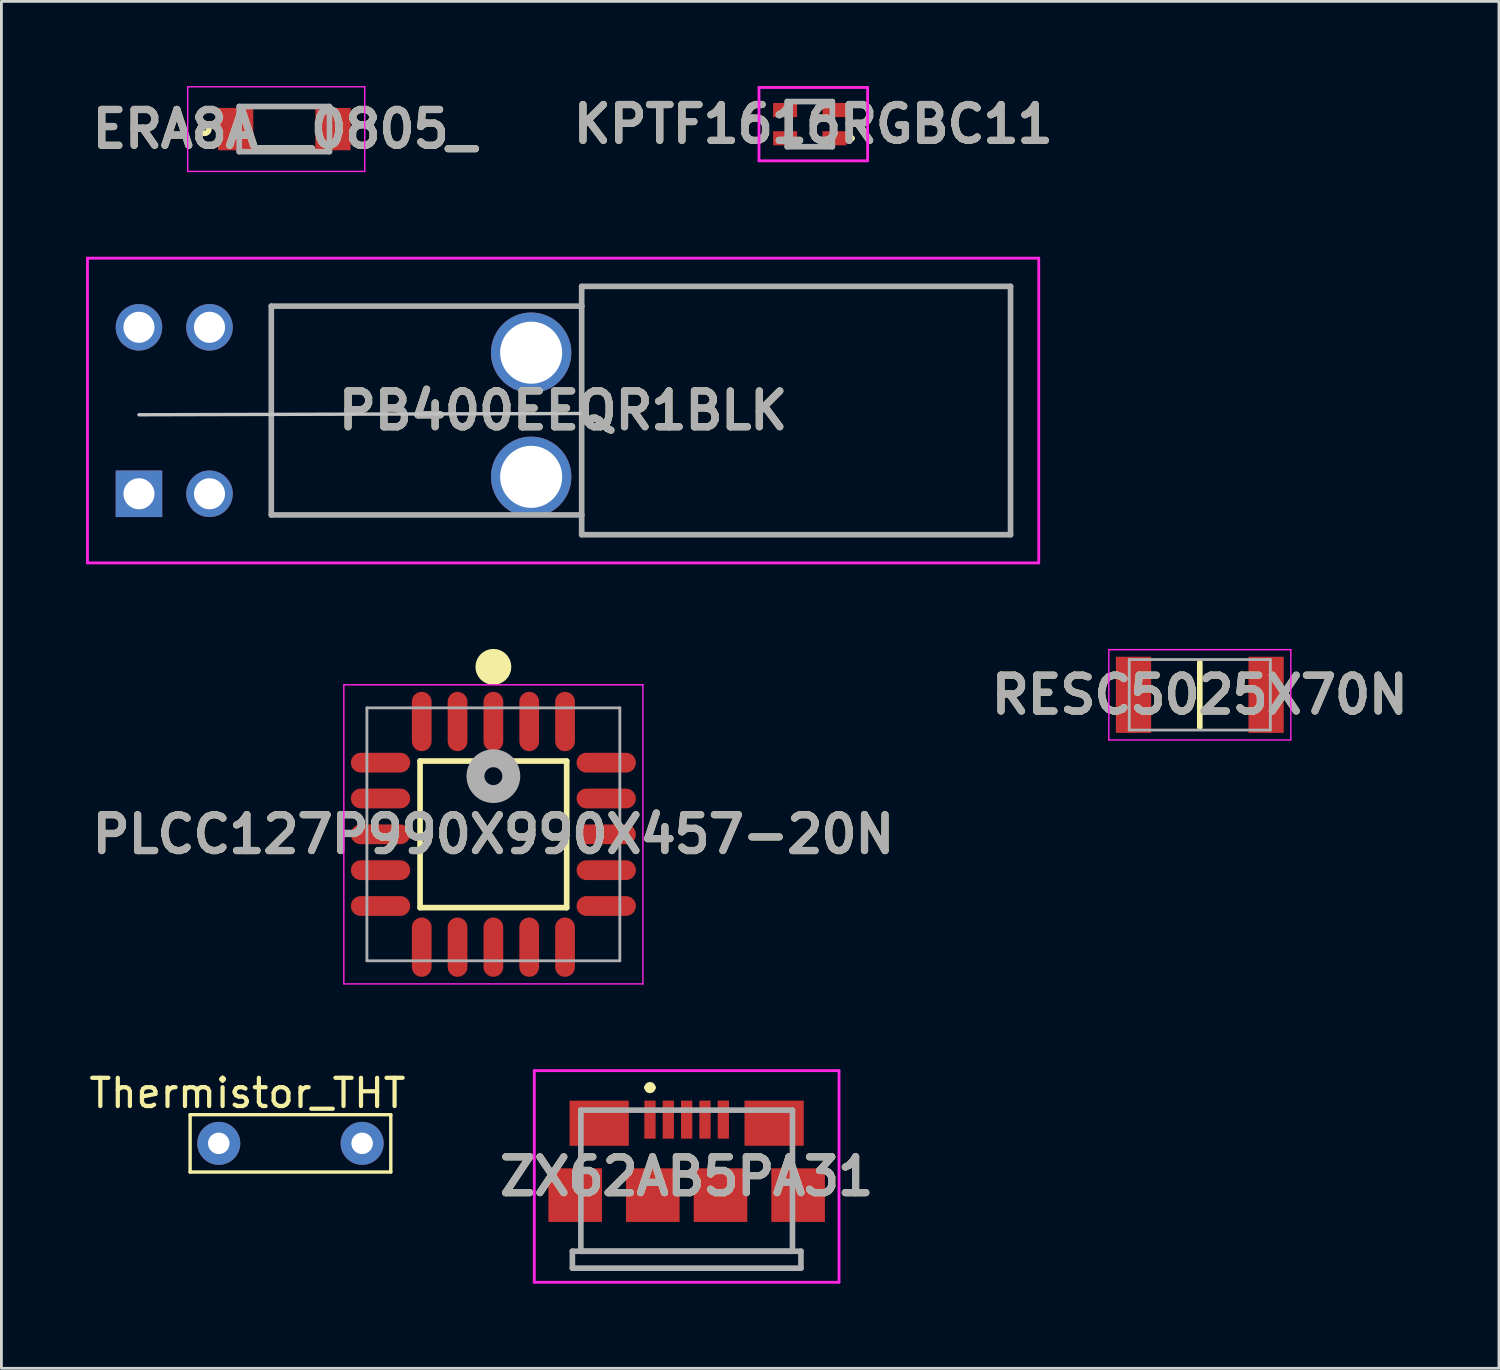
<source format=kicad_pcb>
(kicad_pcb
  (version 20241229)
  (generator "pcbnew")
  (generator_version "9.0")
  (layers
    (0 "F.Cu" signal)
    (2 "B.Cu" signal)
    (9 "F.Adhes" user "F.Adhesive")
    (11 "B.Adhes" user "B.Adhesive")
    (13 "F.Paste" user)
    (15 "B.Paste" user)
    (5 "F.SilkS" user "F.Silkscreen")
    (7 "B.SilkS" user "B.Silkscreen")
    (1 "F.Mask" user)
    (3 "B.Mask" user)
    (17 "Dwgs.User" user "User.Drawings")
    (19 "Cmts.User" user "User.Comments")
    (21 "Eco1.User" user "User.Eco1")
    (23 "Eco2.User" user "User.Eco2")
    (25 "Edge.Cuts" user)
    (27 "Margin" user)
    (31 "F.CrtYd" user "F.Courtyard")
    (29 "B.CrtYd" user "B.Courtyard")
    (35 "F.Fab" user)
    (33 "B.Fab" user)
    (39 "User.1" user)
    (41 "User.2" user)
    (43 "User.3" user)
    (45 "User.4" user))
  (footprint "ERA8A__0805_"
    (layer "F.Cu")
    (at 7.027 1.525)
    (property "Reference" "ERA8A__0805_" (at 0 0 0) (layer "F.SilkS") (effects (font (size 1.27 1.27) (thickness 0.254))))
    (attr smd)
    (fp_circle (center -2.825 0) (end -2.825 0.05) (stroke (width 0.2) (type solid)) (fill no) (layer "F.SilkS"))
    (fp_line (start -3.425 -1.5) (end 2.85 -1.5) (stroke (width 0.05) (type solid)) (layer "F.CrtYd"))
    (fp_line (start -3.425 1.5) (end -3.425 -1.5) (stroke (width 0.05) (type solid)) (layer "F.CrtYd"))
    (fp_line (start 2.85 -1.5) (end 2.85 1.5) (stroke (width 0.05) (type solid)) (layer "F.CrtYd"))
    (fp_line (start 2.85 1.5) (end -3.425 1.5) (stroke (width 0.05) (type solid)) (layer "F.CrtYd"))
    (fp_line (start -1.6 -0.8) (end 1.6 -0.8) (stroke (width 0.2) (type solid)) (layer "F.Fab"))
    (fp_line (start -1.6 0.8) (end -1.6 -0.8) (stroke (width 0.2) (type solid)) (layer "F.Fab"))
    (fp_line (start 1.6 -0.8) (end 1.6 0.8) (stroke (width 0.2) (type solid)) (layer "F.Fab"))
    (fp_line (start 1.6 0.8) (end -1.6 0.8) (stroke (width 0.2) (type solid)) (layer "F.Fab"))
    (fp_text user "${REFERENCE}" (at 0 0 0) (layer "F.Fab") (effects (font (size 1.27 1.27) (thickness 0.254))))
    (pad "1" smd rect (at -1.725 0) (size 1.25 1.5) (layers "F.Cu" "F.Mask" "F.Paste"))
    (pad "2" smd rect (at 1.725 0) (size 1.25 1.5) (layers "F.Cu" "F.Mask" "F.Paste")))
  (footprint "RESC5025X70N"
    (layer "F.Cu")
    (at 39.473 21.575)
    (property "Reference" "RESC5025X70N" (at 0 0 0) (layer "F.SilkS") (effects (font (size 1.27 1.27) (thickness 0.254))))
    (attr smd)
    (fp_line (start 0 -1.15) (end 0 1.15) (stroke (width 0.2) (type solid)) (layer "F.SilkS"))
    (fp_line (start -3.225 -1.6) (end 3.225 -1.6) (stroke (width 0.05) (type solid)) (layer "F.CrtYd"))
    (fp_line (start -3.225 1.6) (end -3.225 -1.6) (stroke (width 0.05) (type solid)) (layer "F.CrtYd"))
    (fp_line (start 3.225 -1.6) (end 3.225 1.6) (stroke (width 0.05) (type solid)) (layer "F.CrtYd"))
    (fp_line (start 3.225 1.6) (end -3.225 1.6) (stroke (width 0.05) (type solid)) (layer "F.CrtYd"))
    (fp_line (start -2.5 -1.25) (end 2.5 -1.25) (stroke (width 0.1) (type solid)) (layer "F.Fab"))
    (fp_line (start -2.5 1.25) (end -2.5 -1.25) (stroke (width 0.1) (type solid)) (layer "F.Fab"))
    (fp_line (start 2.5 -1.25) (end 2.5 1.25) (stroke (width 0.1) (type solid)) (layer "F.Fab"))
    (fp_line (start 2.5 1.25) (end -2.5 1.25) (stroke (width 0.1) (type solid)) (layer "F.Fab"))
    (fp_text user "${REFERENCE}" (at 0 0 0) (layer "F.Fab") (effects (font (size 1.27 1.27) (thickness 0.254))))
    (pad "1" smd rect (at -2.35 0) (size 1.25 2.7) (layers "F.Cu" "F.Mask" "F.Paste"))
    (pad "2" smd rect (at 2.35 0) (size 1.25 2.7) (layers "F.Cu" "F.Mask" "F.Paste")))
  (footprint "PLCC127P990X990X457-20N"
    (layer "F.Cu")
    (at 14.436 26.52)
    (property "Reference" "PLCC127P990X990X457-20N" (at 0 0 0) (layer "F.SilkS") (effects (font (size 1.27 1.27) (thickness 0.254))))
    (attr smd)
    (fp_line (start -2.598 -2.598) (end 2.598 -2.598) (stroke (width 0.2) (type solid)) (layer "F.SilkS"))
    (fp_line (start -2.598 2.598) (end -2.598 -2.598) (stroke (width 0.2) (type solid)) (layer "F.SilkS"))
    (fp_line (start 2.598 -2.598) (end 2.598 2.598) (stroke (width 0.2) (type solid)) (layer "F.SilkS"))
    (fp_line (start 2.598 2.598) (end -2.598 2.598) (stroke (width 0.2) (type solid)) (layer "F.SilkS"))
    (fp_circle (center 0 -5.936) (end 0 -5.618) (stroke (width 0.635) (type solid)) (fill no) (layer "F.SilkS"))
    (fp_line (start -5.3 -5.3) (end 5.3 -5.3) (stroke (width 0.05) (type solid)) (layer "F.CrtYd"))
    (fp_line (start -5.3 5.3) (end -5.3 -5.3) (stroke (width 0.05) (type solid)) (layer "F.CrtYd"))
    (fp_line (start 5.3 -5.3) (end 5.3 5.3) (stroke (width 0.05) (type solid)) (layer "F.CrtYd"))
    (fp_line (start 5.3 5.3) (end -5.3 5.3) (stroke (width 0.05) (type solid)) (layer "F.CrtYd"))
    (fp_line (start -4.482 -4.482) (end 4.482 -4.482) (stroke (width 0.1) (type solid)) (layer "F.Fab"))
    (fp_line (start -4.482 4.482) (end -4.482 -4.482) (stroke (width 0.1) (type solid)) (layer "F.Fab"))
    (fp_line (start 4.482 -4.482) (end 4.482 4.482) (stroke (width 0.1) (type solid)) (layer "F.Fab"))
    (fp_line (start 4.482 4.482) (end -4.482 4.482) (stroke (width 0.1) (type solid)) (layer "F.Fab"))
    (fp_circle (center 0 -2.062) (end 0 -1.745) (stroke (width 0.635) (type solid)) (fill no) (layer "F.Fab"))
    (fp_text user "${REFERENCE}" (at 0 0 0) (layer "F.Fab") (effects (font (size 1.27 1.27) (thickness 0.254))))
    (pad "1" smd oval (at 0 -3.999) (size 0.7 2.102) (layers "F.Cu" "F.Mask" "F.Paste"))
    (pad "2" smd oval (at -1.27 -3.999) (size 0.7 2.102) (layers "F.Cu" "F.Mask" "F.Paste"))
    (pad "3" smd oval (at -2.54 -3.999) (size 0.7 2.102) (layers "F.Cu" "F.Mask" "F.Paste"))
    (pad "4" smd oval (at -3.999 -2.54 90) (size 0.7 2.102) (layers "F.Cu" "F.Mask" "F.Paste"))
    (pad "5" smd oval (at -3.999 -1.27 90) (size 0.7 2.102) (layers "F.Cu" "F.Mask" "F.Paste"))
    (pad "6" smd oval (at -3.999 0 90) (size 0.7 2.102) (layers "F.Cu" "F.Mask" "F.Paste"))
    (pad "7" smd oval (at -3.999 1.27 90) (size 0.7 2.102) (layers "F.Cu" "F.Mask" "F.Paste"))
    (pad "8" smd oval (at -3.999 2.54 90) (size 0.7 2.102) (layers "F.Cu" "F.Mask" "F.Paste"))
    (pad "9" smd oval (at -2.54 3.999) (size 0.7 2.102) (layers "F.Cu" "F.Mask" "F.Paste"))
    (pad "10" smd oval (at -1.27 3.999) (size 0.7 2.102) (layers "F.Cu" "F.Mask" "F.Paste"))
    (pad "11" smd oval (at 0 3.999) (size 0.7 2.102) (layers "F.Cu" "F.Mask" "F.Paste"))
    (pad "12" smd oval (at 1.27 3.999) (size 0.7 2.102) (layers "F.Cu" "F.Mask" "F.Paste"))
    (pad "13" smd oval (at 2.54 3.999) (size 0.7 2.102) (layers "F.Cu" "F.Mask" "F.Paste"))
    (pad "14" smd oval (at 3.999 2.54 90) (size 0.7 2.102) (layers "F.Cu" "F.Mask" "F.Paste"))
    (pad "15" smd oval (at 3.999 1.27 90) (size 0.7 2.102) (layers "F.Cu" "F.Mask" "F.Paste"))
    (pad "16" smd oval (at 3.999 0 90) (size 0.7 2.102) (layers "F.Cu" "F.Mask" "F.Paste"))
    (pad "17" smd oval (at 3.999 -1.27 90) (size 0.7 2.102) (layers "F.Cu" "F.Mask" "F.Paste"))
    (pad "18" smd oval (at 3.999 -2.54 90) (size 0.7 2.102) (layers "F.Cu" "F.Mask" "F.Paste"))
    (pad "19" smd oval (at 2.54 -3.999) (size 0.7 2.102) (layers "F.Cu" "F.Mask" "F.Paste"))
    (pad "20" smd oval (at 1.27 -3.999) (size 0.7 2.102) (layers "F.Cu" "F.Mask" "F.Paste")))
  (footprint "Thermistor_THT"
    (layer "F.Cu")
    (at 7.244 37.472)
    (property "Reference" "Thermistor_THT" (at -1.524 -1.778 0) (layer "F.SilkS") (effects (font (size 1 1) (thickness 0.15))))
    (attr through_hole)
    (fp_line (start -3.556 -1.016) (end 3.556 -1.016) (stroke (width 0.12) (type solid)) (layer "F.SilkS"))
    (fp_line (start -3.556 1.016) (end -3.556 -1.016) (stroke (width 0.12) (type solid)) (layer "F.SilkS"))
    (fp_line (start 3.556 -1.016) (end 3.556 1.016) (stroke (width 0.12) (type solid)) (layer "F.SilkS"))
    (fp_line (start 3.556 1.016) (end -3.556 1.016) (stroke (width 0.12) (type solid)) (layer "F.SilkS"))
    (pad "1" thru_hole circle (at -2.54 0) (size 1.524 1.524) (drill 0.762) (layers "*.Cu" "*.Mask"))
    (pad "2" thru_hole circle (at 2.54 0) (size 1.524 1.524) (drill 0.762) (layers "*.Cu" "*.Mask")))
  (footprint "PB400EEQR1BLK"
    (layer "F.Cu")
    (at 1.875 14.45)
    (property "Reference" "PB400EEQR1BLK" (at 15.032 -2.95 0) (layer "F.SilkS") (effects (font (size 1.27 1.27) (thickness 0.254))))
    (attr through_hole)
    (fp_line (start 4.69 -6.65) (end 4.69 0.75) (stroke (width 0.1) (type solid)) (layer "F.SilkS"))
    (fp_line (start 4.69 0.75) (end 12.19 0.75) (stroke (width 0.1) (type solid)) (layer "F.SilkS"))
    (fp_line (start 12.19 -6.65) (end 4.69 -6.65) (stroke (width 0.1) (type solid)) (layer "F.SilkS"))
    (fp_line (start 15.69 -6.65) (end 15.69 0.75) (stroke (width 0.1) (type solid)) (layer "F.SilkS"))
    (fp_line (start 0 -2.8) (end 15.646 -2.845) (stroke (width 0.12) (type solid)) (layer "Dwgs.User"))
    (fp_line (start -1.825 -8.35) (end 31.89 -8.35) (stroke (width 0.1) (type solid)) (layer "F.CrtYd"))
    (fp_line (start -1.825 2.45) (end -1.825 -8.35) (stroke (width 0.1) (type solid)) (layer "F.CrtYd"))
    (fp_line (start 31.89 -8.35) (end 31.89 2.45) (stroke (width 0.1) (type solid)) (layer "F.CrtYd"))
    (fp_line (start 31.89 2.45) (end -1.825 2.45) (stroke (width 0.1) (type solid)) (layer "F.CrtYd"))
    (fp_line (start 4.69 -6.65) (end 15.69 -6.65) (stroke (width 0.2) (type solid)) (layer "F.Fab"))
    (fp_line (start 4.69 0.75) (end 4.69 -6.65) (stroke (width 0.2) (type solid)) (layer "F.Fab"))
    (fp_line (start 15.69 -7.35) (end 30.89 -7.35) (stroke (width 0.2) (type solid)) (layer "F.Fab"))
    (fp_line (start 15.69 -6.65) (end 15.69 -7.35) (stroke (width 0.2) (type solid)) (layer "F.Fab"))
    (fp_line (start 15.69 -6.65) (end 15.69 0.75) (stroke (width 0.2) (type solid)) (layer "F.Fab"))
    (fp_line (start 15.69 0.75) (end 4.69 0.75) (stroke (width 0.2) (type solid)) (layer "F.Fab"))
    (fp_line (start 15.69 1.45) (end 15.69 0.75) (stroke (width 0.2) (type solid)) (layer "F.Fab"))
    (fp_line (start 30.89 -7.35) (end 30.89 1.45) (stroke (width 0.2) (type solid)) (layer "F.Fab"))
    (fp_line (start 30.89 1.45) (end 15.69 1.45) (stroke (width 0.2) (type solid)) (layer "F.Fab"))
    (fp_text user "${REFERENCE}" (at 15.032 -2.95 0) (layer "F.Fab") (effects (font (size 1.27 1.27) (thickness 0.254))))
    (pad "1" thru_hole rect (at 0 0) (size 1.65 1.65) (drill 1.1) (layers "*.Cu" "*.Mask"))
    (pad "2" thru_hole circle (at 2.5 0) (size 1.65 1.65) (drill 1.1) (layers "*.Cu" "*.Mask"))
    (pad "3" thru_hole circle (at 0 -5.9) (size 1.65 1.65) (drill 1.1) (layers "*.Cu" "*.Mask"))
    (pad "4" thru_hole circle (at 2.5 -5.9) (size 1.65 1.65) (drill 1.1) (layers "*.Cu" "*.Mask"))
    (pad "5" thru_hole circle (at 13.9 -0.6) (size 2.85 2.85) (drill 2.2) (layers "*.Cu" "*.Mask"))
    (pad "6" thru_hole circle (at 13.9 -5) (size 2.85 2.85) (drill 2.2) (layers "*.Cu" "*.Mask")))
  (footprint "ZX62AB5PA31"
    (layer "F.Cu")
    (at 21.286 38.645)
    (property "Reference" "ZX62AB5PA31" (at 0 0 0) (layer "F.SilkS") (effects (font (size 1.27 1.27) (thickness 0.254))))
    (attr smd)
    (fp_line (start -3.75 -0.75) (end -3.75 -0.55) (stroke (width 0.1) (type solid)) (layer "F.SilkS"))
    (fp_line (start -3.75 2.15) (end -3.75 2.65) (stroke (width 0.1) (type solid)) (layer "F.SilkS"))
    (fp_line (start -3.75 2.65) (end 3.75 2.65) (stroke (width 0.1) (type solid)) (layer "F.SilkS"))
    (fp_line (start -1.8 -2.35) (end -1.75 -2.35) (stroke (width 0.1) (type solid)) (layer "F.SilkS"))
    (fp_line (start -1.4 -3.15) (end -1.4 -3.15) (stroke (width 0.2) (type solid)) (layer "F.SilkS"))
    (fp_line (start -1.2 -3.15) (end -1.2 -3.15) (stroke (width 0.2) (type solid)) (layer "F.SilkS"))
    (fp_line (start 1.75 -2.35) (end 1.8 -2.35) (stroke (width 0.1) (type solid)) (layer "F.SilkS"))
    (fp_line (start 3.75 -0.75) (end 3.75 -0.55) (stroke (width 0.1) (type solid)) (layer "F.SilkS"))
    (fp_line (start 3.75 2.65) (end 3.75 2.15) (stroke (width 0.1) (type solid)) (layer "F.SilkS"))
    (fp_arc (start -1.4 -3.15) (mid -1.3 -3.25) (end -1.2 -3.15) (stroke (width 0.2) (type solid)) (layer "F.SilkS"))
    (fp_arc (start -1.2 -3.15) (mid -1.3 -3.05) (end -1.4 -3.15) (stroke (width 0.2) (type solid)) (layer "F.SilkS"))
    (fp_line (start -5.4 -3.75) (end 5.4 -3.75) (stroke (width 0.1) (type solid)) (layer "F.CrtYd"))
    (fp_line (start -5.4 3.75) (end -5.4 -3.75) (stroke (width 0.1) (type solid)) (layer "F.CrtYd"))
    (fp_line (start 5.4 -3.75) (end 5.4 3.75) (stroke (width 0.1) (type solid)) (layer "F.CrtYd"))
    (fp_line (start 5.4 3.75) (end -5.4 3.75) (stroke (width 0.1) (type solid)) (layer "F.CrtYd"))
    (fp_line (start -4.05 2.65) (end 4.05 2.65) (stroke (width 0.2) (type solid)) (layer "F.Fab"))
    (fp_line (start -4.05 3.25) (end -4.05 2.65) (stroke (width 0.2) (type solid)) (layer "F.Fab"))
    (fp_line (start -3.75 -2.35) (end 3.75 -2.35) (stroke (width 0.2) (type solid)) (layer "F.Fab"))
    (fp_line (start -3.75 2.65) (end -3.75 -2.35) (stroke (width 0.2) (type solid)) (layer "F.Fab"))
    (fp_line (start 3.75 -2.35) (end 3.75 2.65) (stroke (width 0.2) (type solid)) (layer "F.Fab"))
    (fp_line (start 3.75 2.65) (end -3.75 2.65) (stroke (width 0.2) (type solid)) (layer "F.Fab"))
    (fp_line (start 4.05 2.65) (end 4.05 3.25) (stroke (width 0.2) (type solid)) (layer "F.Fab"))
    (fp_line (start 4.05 3.25) (end -4.05 3.25) (stroke (width 0.2) (type solid)) (layer "F.Fab"))
    (fp_text user "${REFERENCE}" (at 0 0 0) (layer "F.Fab") (effects (font (size 1.27 1.27) (thickness 0.254))))
    (pad "1" smd rect (at -1.3 -2.013) (size 0.4 1.35) (layers "F.Cu" "F.Mask" "F.Paste"))
    (pad "2" smd rect (at -0.65 -2.013) (size 0.4 1.35) (layers "F.Cu" "F.Mask" "F.Paste"))
    (pad "3" smd rect (at 0 -2.013) (size 0.4 1.35) (layers "F.Cu" "F.Mask" "F.Paste"))
    (pad "4" smd rect (at 0.65 -2.013) (size 0.4 1.35) (layers "F.Cu" "F.Mask" "F.Paste"))
    (pad "5" smd rect (at 1.3 -2.013) (size 0.4 1.35) (layers "F.Cu" "F.Mask" "F.Paste"))
    (pad "MP1" smd rect (at -3.1 -1.887 90) (size 1.6 2.1) (layers "F.Cu" "F.Mask" "F.Paste"))
    (pad "MP2" smd rect (at 3.1 -1.887 90) (size 1.6 2.1) (layers "F.Cu" "F.Mask" "F.Paste"))
    (pad "MP3" smd rect (at -3.95 0.662 90) (size 1.9 1.9) (layers "F.Cu" "F.Mask" "F.Paste"))
    (pad "MP4" smd rect (at -1.2 0.662 90) (size 1.9 1.9) (layers "F.Cu" "F.Mask" "F.Paste"))
    (pad "MP5" smd rect (at 1.2 0.662 90) (size 1.9 1.9) (layers "F.Cu" "F.Mask" "F.Paste"))
    (pad "MP6" smd rect (at 3.95 0.662 90) (size 1.9 1.9) (layers "F.Cu" "F.Mask" "F.Paste")))
  (footprint "KPTF1616RGBC11"
    (layer "F.Cu")
    (at 25.65 1.35)
    (property "Reference" "KPTF1616RGBC11" (at 0.125 0 0) (layer "F.SilkS") (effects (font (size 1.27 1.27) (thickness 0.254))))
    (attr smd)
    (fp_line (start -0.8 -0.1) (end -0.8 0.1) (stroke (width 0.1) (type solid)) (layer "F.SilkS"))
    (fp_line (start -0.3 0.8) (end 0.3 0.8) (stroke (width 0.1) (type solid)) (layer "F.SilkS"))
    (fp_line (start 0.3 -0.8) (end -0.3 -0.8) (stroke (width 0.1) (type solid)) (layer "F.SilkS"))
    (fp_line (start 0.8 0.1) (end 0.8 -0.1) (stroke (width 0.1) (type solid)) (layer "F.SilkS"))
    (fp_line (start 1.5 0.45) (end 1.5 0.45) (stroke (width 0.1) (type solid)) (layer "F.SilkS"))
    (fp_line (start 1.5 0.55) (end 1.5 0.55) (stroke (width 0.1) (type solid)) (layer "F.SilkS"))
    (fp_arc (start 1.5 0.45) (mid 1.55 0.5) (end 1.5 0.55) (stroke (width 0.1) (type solid)) (layer "F.SilkS"))
    (fp_arc (start 1.5 0.55) (mid 1.45 0.5) (end 1.5 0.45) (stroke (width 0.1) (type solid)) (layer "F.SilkS"))
    (fp_line (start -1.8 -1.3) (end 2.05 -1.3) (stroke (width 0.1) (type solid)) (layer "F.CrtYd"))
    (fp_line (start -1.8 1.3) (end -1.8 -1.3) (stroke (width 0.1) (type solid)) (layer "F.CrtYd"))
    (fp_line (start 2.05 -1.3) (end 2.05 1.3) (stroke (width 0.1) (type solid)) (layer "F.CrtYd"))
    (fp_line (start 2.05 1.3) (end -1.8 1.3) (stroke (width 0.1) (type solid)) (layer "F.CrtYd"))
    (fp_line (start -0.8 -0.8) (end 0.8 -0.8) (stroke (width 0.2) (type solid)) (layer "F.Fab"))
    (fp_line (start -0.8 0.8) (end -0.8 -0.8) (stroke (width 0.2) (type solid)) (layer "F.Fab"))
    (fp_line (start 0.8 -0.8) (end 0.8 0.8) (stroke (width 0.2) (type solid)) (layer "F.Fab"))
    (fp_line (start 0.8 0.8) (end -0.8 0.8) (stroke (width 0.2) (type solid)) (layer "F.Fab"))
    (fp_text user "${REFERENCE}" (at 0.125 0 0) (layer "F.Fab") (effects (font (size 1.27 1.27) (thickness 0.254))))
    (pad "1" smd rect (at 0.875 0.5 90) (size 0.5 0.85) (layers "F.Cu" "F.Mask" "F.Paste"))
    (pad "2" smd rect (at -0.875 0.5 90) (size 0.5 0.85) (layers "F.Cu" "F.Mask" "F.Paste"))
    (pad "3" smd rect (at -0.875 -0.5 90) (size 0.5 0.85) (layers "F.Cu" "F.Mask" "F.Paste"))
    (pad "4" smd rect (at 0.875 -0.5 90) (size 0.5 0.85) (layers "F.Cu" "F.Mask" "F.Paste")))
  (gr_rect
    (start -3 -3)
    (end 50.075 45.446)
    (stroke (width 0.1) (type default))
    (fill no)
    (layer "Edge.Cuts")))
</source>
